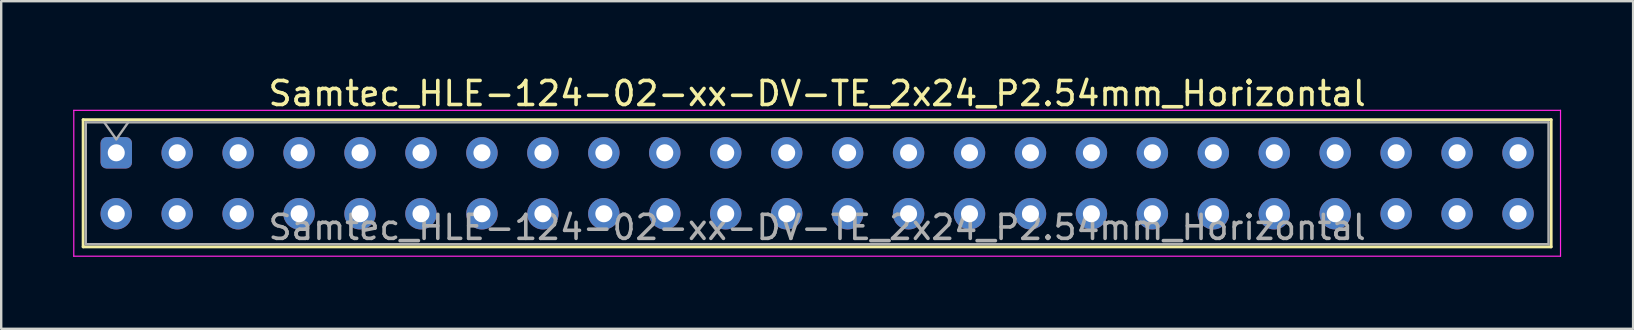
<source format=kicad_pcb>
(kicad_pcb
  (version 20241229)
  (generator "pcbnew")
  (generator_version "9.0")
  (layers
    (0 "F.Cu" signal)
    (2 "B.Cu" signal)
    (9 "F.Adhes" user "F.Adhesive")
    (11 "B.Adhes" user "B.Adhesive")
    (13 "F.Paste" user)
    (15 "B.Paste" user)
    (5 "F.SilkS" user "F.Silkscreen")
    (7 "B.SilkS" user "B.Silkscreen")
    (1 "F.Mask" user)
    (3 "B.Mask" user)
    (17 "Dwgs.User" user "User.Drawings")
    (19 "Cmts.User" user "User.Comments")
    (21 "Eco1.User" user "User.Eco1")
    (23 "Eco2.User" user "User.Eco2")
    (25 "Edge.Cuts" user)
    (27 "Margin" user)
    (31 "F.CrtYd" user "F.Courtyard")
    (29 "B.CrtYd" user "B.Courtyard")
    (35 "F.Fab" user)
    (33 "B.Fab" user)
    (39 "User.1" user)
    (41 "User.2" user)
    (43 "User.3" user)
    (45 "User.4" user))
  (footprint "Samtec_HLE-124-02-xx-DV-TE_2x24_P2.54mm_Horizontal"
    (layer "F.Cu")
    (at 1.795 3.318)
    (property "Reference" "Samtec_HLE-124-02-xx-DV-TE_2x24_P2.54mm_Horizontal" (at 29.21 -2.47 0) (layer "F.SilkS") (effects (font (size 1 1) (thickness 0.15))))
    (attr through_hole)
    (fp_line (start -1.38 -1.38) (end 59.8 -1.38) (stroke (width 0.12) (type solid)) (layer "F.SilkS"))
    (fp_line (start -1.38 3.92) (end -1.38 -1.38) (stroke (width 0.12) (type solid)) (layer "F.SilkS"))
    (fp_line (start 59.8 -1.38) (end 59.8 3.92) (stroke (width 0.12) (type solid)) (layer "F.SilkS"))
    (fp_line (start 59.8 3.92) (end -1.38 3.92) (stroke (width 0.12) (type solid)) (layer "F.SilkS"))
    (fp_line (start -1.77 -1.77) (end 60.19 -1.77) (stroke (width 0.05) (type solid)) (layer "F.CrtYd"))
    (fp_line (start -1.77 4.31) (end -1.77 -1.77) (stroke (width 0.05) (type solid)) (layer "F.CrtYd"))
    (fp_line (start 60.19 -1.77) (end 60.19 4.31) (stroke (width 0.05) (type solid)) (layer "F.CrtYd"))
    (fp_line (start 60.19 4.31) (end -1.77 4.31) (stroke (width 0.05) (type solid)) (layer "F.CrtYd"))
    (fp_line (start -1.27 -1.27) (end 59.69 -1.27) (stroke (width 0.1) (type solid)) (layer "F.Fab"))
    (fp_line (start -1.27 3.81) (end -1.27 -1.27) (stroke (width 0.1) (type solid)) (layer "F.Fab"))
    (fp_line (start -0.5 -1.27) (end 0 -0.563) (stroke (width 0.1) (type solid)) (layer "F.Fab"))
    (fp_line (start 0 -0.563) (end 0.5 -1.27) (stroke (width 0.1) (type solid)) (layer "F.Fab"))
    (fp_line (start 59.69 -1.27) (end 59.69 3.81) (stroke (width 0.1) (type solid)) (layer "F.Fab"))
    (fp_line (start 59.69 3.81) (end -1.27 3.81) (stroke (width 0.1) (type solid)) (layer "F.Fab"))
    (fp_text user "${REFERENCE}" (at 29.21 3.11 0) (layer "F.Fab") (effects (font (size 1 1) (thickness 0.15))))
    (pad "1" thru_hole roundrect (at 0 0) (size 1.31 1.31) (drill 0.71) (layers "*.Cu" "*.Mask") (roundrect_rratio 0.191))
    (pad "2" thru_hole circle (at 0 2.54) (size 1.31 1.31) (drill 0.71) (layers "*.Cu" "*.Mask"))
    (pad "3" thru_hole circle (at 2.54 0) (size 1.31 1.31) (drill 0.71) (layers "*.Cu" "*.Mask"))
    (pad "4" thru_hole circle (at 2.54 2.54) (size 1.31 1.31) (drill 0.71) (layers "*.Cu" "*.Mask"))
    (pad "5" thru_hole circle (at 5.08 0) (size 1.31 1.31) (drill 0.71) (layers "*.Cu" "*.Mask"))
    (pad "6" thru_hole circle (at 5.08 2.54) (size 1.31 1.31) (drill 0.71) (layers "*.Cu" "*.Mask"))
    (pad "7" thru_hole circle (at 7.62 0) (size 1.31 1.31) (drill 0.71) (layers "*.Cu" "*.Mask"))
    (pad "8" thru_hole circle (at 7.62 2.54) (size 1.31 1.31) (drill 0.71) (layers "*.Cu" "*.Mask"))
    (pad "9" thru_hole circle (at 10.16 0) (size 1.31 1.31) (drill 0.71) (layers "*.Cu" "*.Mask"))
    (pad "10" thru_hole circle (at 10.16 2.54) (size 1.31 1.31) (drill 0.71) (layers "*.Cu" "*.Mask"))
    (pad "11" thru_hole circle (at 12.7 0) (size 1.31 1.31) (drill 0.71) (layers "*.Cu" "*.Mask"))
    (pad "12" thru_hole circle (at 12.7 2.54) (size 1.31 1.31) (drill 0.71) (layers "*.Cu" "*.Mask"))
    (pad "13" thru_hole circle (at 15.24 0) (size 1.31 1.31) (drill 0.71) (layers "*.Cu" "*.Mask"))
    (pad "14" thru_hole circle (at 15.24 2.54) (size 1.31 1.31) (drill 0.71) (layers "*.Cu" "*.Mask"))
    (pad "15" thru_hole circle (at 17.78 0) (size 1.31 1.31) (drill 0.71) (layers "*.Cu" "*.Mask"))
    (pad "16" thru_hole circle (at 17.78 2.54) (size 1.31 1.31) (drill 0.71) (layers "*.Cu" "*.Mask"))
    (pad "17" thru_hole circle (at 20.32 0) (size 1.31 1.31) (drill 0.71) (layers "*.Cu" "*.Mask"))
    (pad "18" thru_hole circle (at 20.32 2.54) (size 1.31 1.31) (drill 0.71) (layers "*.Cu" "*.Mask"))
    (pad "19" thru_hole circle (at 22.86 0) (size 1.31 1.31) (drill 0.71) (layers "*.Cu" "*.Mask"))
    (pad "20" thru_hole circle (at 22.86 2.54) (size 1.31 1.31) (drill 0.71) (layers "*.Cu" "*.Mask"))
    (pad "21" thru_hole circle (at 25.4 0) (size 1.31 1.31) (drill 0.71) (layers "*.Cu" "*.Mask"))
    (pad "22" thru_hole circle (at 25.4 2.54) (size 1.31 1.31) (drill 0.71) (layers "*.Cu" "*.Mask"))
    (pad "23" thru_hole circle (at 27.94 0) (size 1.31 1.31) (drill 0.71) (layers "*.Cu" "*.Mask"))
    (pad "24" thru_hole circle (at 27.94 2.54) (size 1.31 1.31) (drill 0.71) (layers "*.Cu" "*.Mask"))
    (pad "25" thru_hole circle (at 30.48 0) (size 1.31 1.31) (drill 0.71) (layers "*.Cu" "*.Mask"))
    (pad "26" thru_hole circle (at 30.48 2.54) (size 1.31 1.31) (drill 0.71) (layers "*.Cu" "*.Mask"))
    (pad "27" thru_hole circle (at 33.02 0) (size 1.31 1.31) (drill 0.71) (layers "*.Cu" "*.Mask"))
    (pad "28" thru_hole circle (at 33.02 2.54) (size 1.31 1.31) (drill 0.71) (layers "*.Cu" "*.Mask"))
    (pad "29" thru_hole circle (at 35.56 0) (size 1.31 1.31) (drill 0.71) (layers "*.Cu" "*.Mask"))
    (pad "30" thru_hole circle (at 35.56 2.54) (size 1.31 1.31) (drill 0.71) (layers "*.Cu" "*.Mask"))
    (pad "31" thru_hole circle (at 38.1 0) (size 1.31 1.31) (drill 0.71) (layers "*.Cu" "*.Mask"))
    (pad "32" thru_hole circle (at 38.1 2.54) (size 1.31 1.31) (drill 0.71) (layers "*.Cu" "*.Mask"))
    (pad "33" thru_hole circle (at 40.64 0) (size 1.31 1.31) (drill 0.71) (layers "*.Cu" "*.Mask"))
    (pad "34" thru_hole circle (at 40.64 2.54) (size 1.31 1.31) (drill 0.71) (layers "*.Cu" "*.Mask"))
    (pad "35" thru_hole circle (at 43.18 0) (size 1.31 1.31) (drill 0.71) (layers "*.Cu" "*.Mask"))
    (pad "36" thru_hole circle (at 43.18 2.54) (size 1.31 1.31) (drill 0.71) (layers "*.Cu" "*.Mask"))
    (pad "37" thru_hole circle (at 45.72 0) (size 1.31 1.31) (drill 0.71) (layers "*.Cu" "*.Mask"))
    (pad "38" thru_hole circle (at 45.72 2.54) (size 1.31 1.31) (drill 0.71) (layers "*.Cu" "*.Mask"))
    (pad "39" thru_hole circle (at 48.26 0) (size 1.31 1.31) (drill 0.71) (layers "*.Cu" "*.Mask"))
    (pad "40" thru_hole circle (at 48.26 2.54) (size 1.31 1.31) (drill 0.71) (layers "*.Cu" "*.Mask"))
    (pad "41" thru_hole circle (at 50.8 0) (size 1.31 1.31) (drill 0.71) (layers "*.Cu" "*.Mask"))
    (pad "42" thru_hole circle (at 50.8 2.54) (size 1.31 1.31) (drill 0.71) (layers "*.Cu" "*.Mask"))
    (pad "43" thru_hole circle (at 53.34 0) (size 1.31 1.31) (drill 0.71) (layers "*.Cu" "*.Mask"))
    (pad "44" thru_hole circle (at 53.34 2.54) (size 1.31 1.31) (drill 0.71) (layers "*.Cu" "*.Mask"))
    (pad "45" thru_hole circle (at 55.88 0) (size 1.31 1.31) (drill 0.71) (layers "*.Cu" "*.Mask"))
    (pad "46" thru_hole circle (at 55.88 2.54) (size 1.31 1.31) (drill 0.71) (layers "*.Cu" "*.Mask"))
    (pad "47" thru_hole circle (at 58.42 0) (size 1.31 1.31) (drill 0.71) (layers "*.Cu" "*.Mask"))
    (pad "48" thru_hole circle (at 58.42 2.54) (size 1.31 1.31) (drill 0.71) (layers "*.Cu" "*.Mask")))
  (gr_rect
    (start -3 -3)
    (end 65.01 10.653)
    (stroke (width 0.1) (type default))
    (fill no)
    (layer "Edge.Cuts")))
</source>
